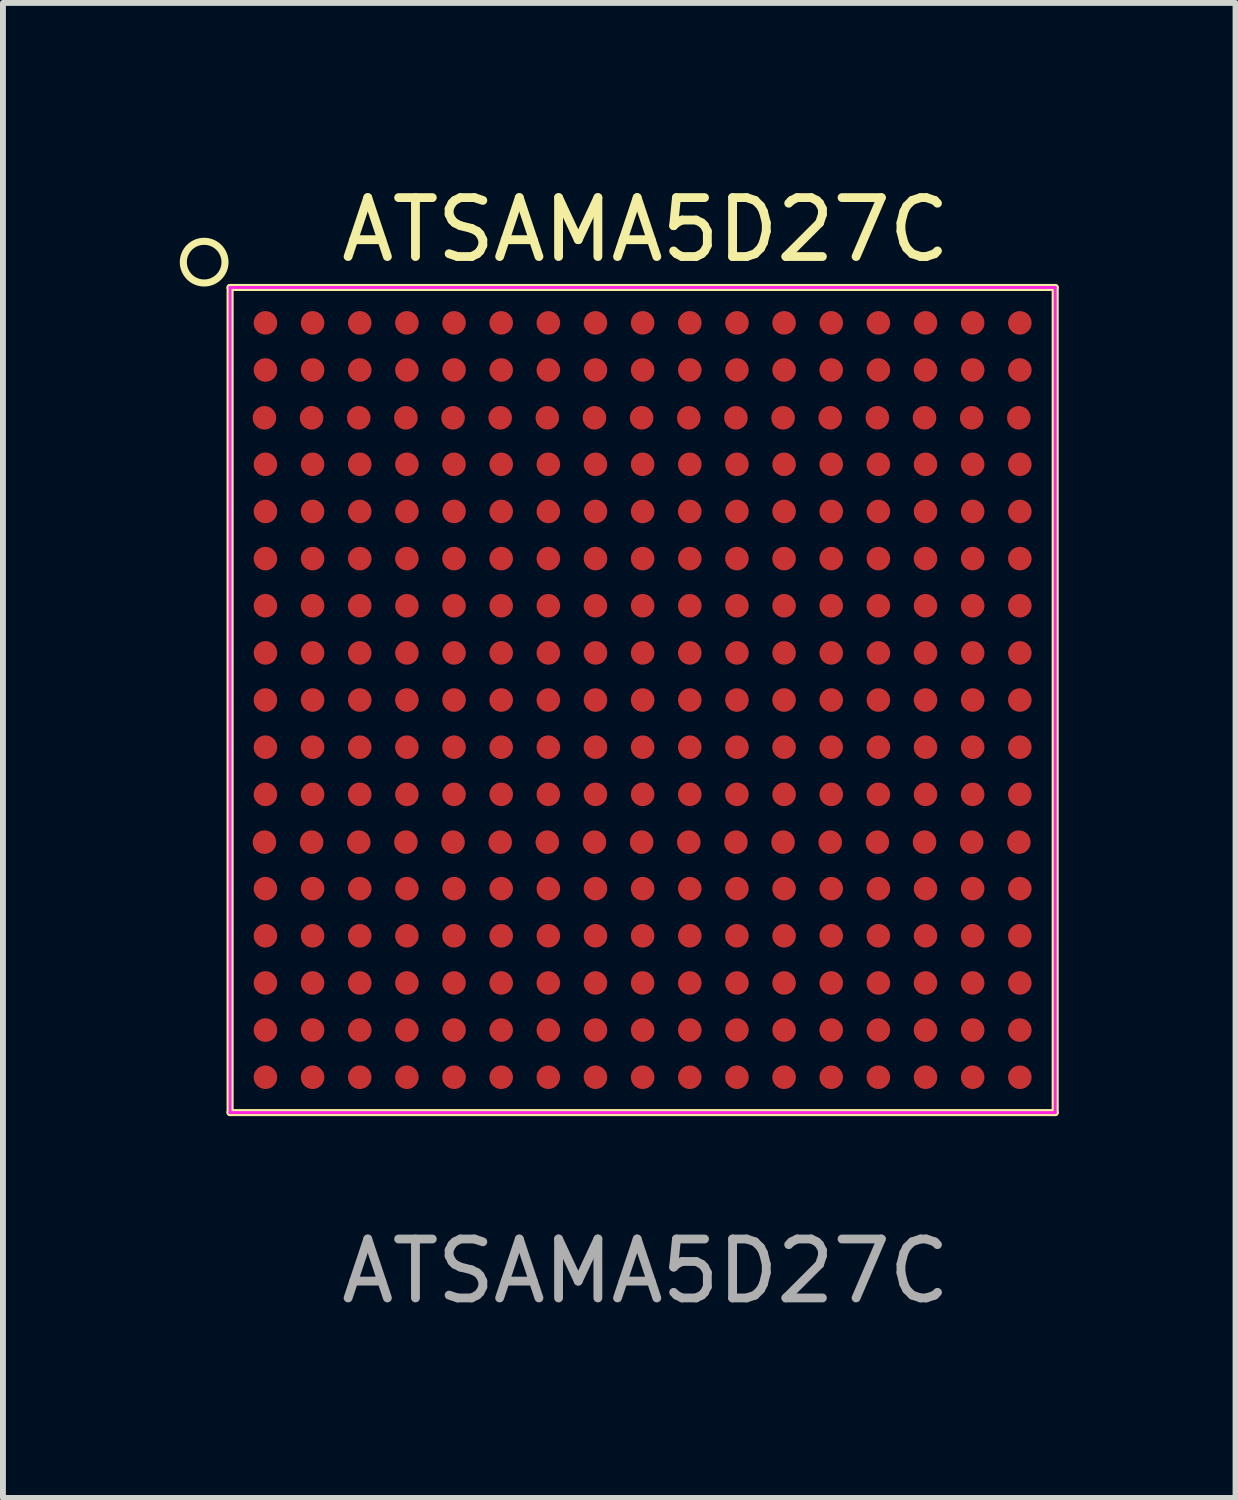
<source format=kicad_pcb>
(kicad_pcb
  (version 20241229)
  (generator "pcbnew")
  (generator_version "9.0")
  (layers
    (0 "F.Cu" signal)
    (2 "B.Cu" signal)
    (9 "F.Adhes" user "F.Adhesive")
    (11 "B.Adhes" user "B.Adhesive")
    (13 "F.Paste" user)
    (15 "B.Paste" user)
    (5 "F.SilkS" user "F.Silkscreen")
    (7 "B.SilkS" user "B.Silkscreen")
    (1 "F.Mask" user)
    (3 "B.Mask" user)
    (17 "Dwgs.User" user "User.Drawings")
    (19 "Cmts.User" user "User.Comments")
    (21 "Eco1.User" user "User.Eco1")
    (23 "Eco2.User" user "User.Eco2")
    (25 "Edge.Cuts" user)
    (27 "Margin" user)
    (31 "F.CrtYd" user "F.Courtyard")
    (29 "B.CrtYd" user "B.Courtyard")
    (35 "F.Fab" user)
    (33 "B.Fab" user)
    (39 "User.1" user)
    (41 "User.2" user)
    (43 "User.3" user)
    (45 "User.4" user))
  (footprint "ATSAMA5D27C"
    (layer "F.Cu")
    (at 7.854 8.828)
    (property "Reference" "ATSAMA5D27C" (at 0.05 -7.98 0) (unlocked yes) (layer "F.SilkS") (effects (font (size 1 1) (thickness 0.15))))
    (attr smd)
    (fp_line (start -7 7) (end -7 -7) (stroke (width 0.12) (type solid)) (layer "F.SilkS"))
    (fp_line (start 7 -7) (end -7 -7) (stroke (width 0.12) (type solid)) (layer "F.SilkS"))
    (fp_line (start 7 7) (end -7 7) (stroke (width 0.12) (type solid)) (layer "F.SilkS"))
    (fp_line (start 7 7) (end 7 -7) (stroke (width 0.12) (type solid)) (layer "F.SilkS"))
    (fp_circle (center -7.44 -7.43) (end -7.19 -7.18) (stroke (width 0.12) (type solid)) (fill no) (layer "F.SilkS"))
    (fp_line (start -7 -7) (end -7 7) (stroke (width 0.05) (type solid)) (layer "F.CrtYd"))
    (fp_line (start -7 -7) (end 7 -7) (stroke (width 0.05) (type solid)) (layer "F.CrtYd"))
    (fp_line (start -7 7) (end 7 7) (stroke (width 0.05) (type solid)) (layer "F.CrtYd"))
    (fp_line (start 7 7) (end 7 -7) (stroke (width 0.05) (type solid)) (layer "F.CrtYd"))
    (fp_text user "${REFERENCE}" (at 0.05 9.69 0) (unlocked yes) (layer "F.Fab") (effects (font (size 1 1) (thickness 0.15))))
    (pad "A1" smd circle (at -6.4 -6.4 180) (size 0.4 0.4) (layers "F.Cu" "F.Mask" "F.Paste"))
    (pad "A2" smd circle (at -5.6 -6.4 180) (size 0.4 0.4) (layers "F.Cu" "F.Mask" "F.Paste"))
    (pad "A3" smd circle (at -4.8 -6.4 180) (size 0.4 0.4) (layers "F.Cu" "F.Mask" "F.Paste"))
    (pad "A4" smd circle (at -4 -6.4 180) (size 0.4 0.4) (layers "F.Cu" "F.Mask" "F.Paste"))
    (pad "A5" smd circle (at -3.2 -6.4 180) (size 0.4 0.4) (layers "F.Cu" "F.Mask" "F.Paste"))
    (pad "A6" smd circle (at -2.4 -6.4 180) (size 0.4 0.4) (layers "F.Cu" "F.Mask" "F.Paste"))
    (pad "A7" smd circle (at -1.6 -6.4 180) (size 0.4 0.4) (layers "F.Cu" "F.Mask" "F.Paste"))
    (pad "A8" smd circle (at -0.8 -6.4 180) (size 0.4 0.4) (layers "F.Cu" "F.Mask" "F.Paste"))
    (pad "A9" smd circle (at 0 -6.4 180) (size 0.4 0.4) (layers "F.Cu" "F.Mask" "F.Paste"))
    (pad "A10" smd circle (at 0.8 -6.4 180) (size 0.4 0.4) (layers "F.Cu" "F.Mask" "F.Paste"))
    (pad "A11" smd circle (at 1.6 -6.4 180) (size 0.4 0.4) (layers "F.Cu" "F.Mask" "F.Paste"))
    (pad "A12" smd circle (at 2.4 -6.4 180) (size 0.4 0.4) (layers "F.Cu" "F.Mask" "F.Paste"))
    (pad "A13" smd circle (at 3.2 -6.4 180) (size 0.4 0.4) (layers "F.Cu" "F.Mask" "F.Paste"))
    (pad "A14" smd circle (at 4 -6.4 180) (size 0.4 0.4) (layers "F.Cu" "F.Mask" "F.Paste"))
    (pad "A15" smd circle (at 4.8 -6.4 180) (size 0.4 0.4) (layers "F.Cu" "F.Mask" "F.Paste"))
    (pad "A16" smd circle (at 5.6 -6.4 180) (size 0.4 0.4) (layers "F.Cu" "F.Mask" "F.Paste"))
    (pad "A17" smd circle (at 6.4 -6.4 180) (size 0.4 0.4) (layers "F.Cu" "F.Mask" "F.Paste"))
    (pad "B1" smd circle (at -6.4 -5.6 180) (size 0.4 0.4) (layers "F.Cu" "F.Mask" "F.Paste"))
    (pad "B2" smd circle (at -5.6 -5.6 180) (size 0.4 0.4) (layers "F.Cu" "F.Mask" "F.Paste"))
    (pad "B3" smd circle (at -4.8 -5.6 180) (size 0.4 0.4) (layers "F.Cu" "F.Mask" "F.Paste"))
    (pad "B4" smd circle (at -4 -5.6 180) (size 0.4 0.4) (layers "F.Cu" "F.Mask" "F.Paste"))
    (pad "B5" smd circle (at -3.2 -5.6 180) (size 0.4 0.4) (layers "F.Cu" "F.Mask" "F.Paste"))
    (pad "B6" smd circle (at -2.4 -5.6 180) (size 0.4 0.4) (layers "F.Cu" "F.Mask" "F.Paste"))
    (pad "B7" smd circle (at -1.6 -5.6 180) (size 0.4 0.4) (layers "F.Cu" "F.Mask" "F.Paste"))
    (pad "B8" smd circle (at -0.8 -5.6 180) (size 0.4 0.4) (layers "F.Cu" "F.Mask" "F.Paste"))
    (pad "B9" smd circle (at 0 -5.6 180) (size 0.4 0.4) (layers "F.Cu" "F.Mask" "F.Paste"))
    (pad "B10" smd circle (at 0.8 -5.6 180) (size 0.4 0.4) (layers "F.Cu" "F.Mask" "F.Paste"))
    (pad "B11" smd circle (at 1.6 -5.6 180) (size 0.4 0.4) (layers "F.Cu" "F.Mask" "F.Paste"))
    (pad "B12" smd circle (at 2.4 -5.6 180) (size 0.4 0.4) (layers "F.Cu" "F.Mask" "F.Paste"))
    (pad "B13" smd circle (at 3.2 -5.6 180) (size 0.4 0.4) (layers "F.Cu" "F.Mask" "F.Paste"))
    (pad "B14" smd circle (at 4 -5.6 180) (size 0.4 0.4) (layers "F.Cu" "F.Mask" "F.Paste"))
    (pad "B15" smd circle (at 4.8 -5.6 180) (size 0.4 0.4) (layers "F.Cu" "F.Mask" "F.Paste"))
    (pad "B16" smd circle (at 5.6 -5.6 180) (size 0.4 0.4) (layers "F.Cu" "F.Mask" "F.Paste"))
    (pad "B17" smd circle (at 6.4 -5.6 180) (size 0.4 0.4) (layers "F.Cu" "F.Mask" "F.Paste"))
    (pad "C1" smd circle (at -6.417 -4.789 180) (size 0.4 0.4) (layers "F.Cu" "F.Mask" "F.Paste"))
    (pad "C2" smd circle (at -5.617 -4.789 180) (size 0.4 0.4) (layers "F.Cu" "F.Mask" "F.Paste"))
    (pad "C3" smd circle (at -4.817 -4.789 180) (size 0.4 0.4) (layers "F.Cu" "F.Mask" "F.Paste"))
    (pad "C4" smd circle (at -4.017 -4.789 180) (size 0.4 0.4) (layers "F.Cu" "F.Mask" "F.Paste"))
    (pad "C5" smd circle (at -3.217 -4.789 180) (size 0.4 0.4) (layers "F.Cu" "F.Mask" "F.Paste"))
    (pad "C6" smd circle (at -2.417 -4.789 180) (size 0.4 0.4) (layers "F.Cu" "F.Mask" "F.Paste"))
    (pad "C7" smd circle (at -1.617 -4.789 180) (size 0.4 0.4) (layers "F.Cu" "F.Mask" "F.Paste"))
    (pad "C8" smd circle (at -0.817 -4.789 180) (size 0.4 0.4) (layers "F.Cu" "F.Mask" "F.Paste"))
    (pad "C9" smd circle (at -0.017 -4.789 180) (size 0.4 0.4) (layers "F.Cu" "F.Mask" "F.Paste"))
    (pad "C10" smd circle (at 0.783 -4.789 180) (size 0.4 0.4) (layers "F.Cu" "F.Mask" "F.Paste"))
    (pad "C11" smd circle (at 1.583 -4.789 180) (size 0.4 0.4) (layers "F.Cu" "F.Mask" "F.Paste"))
    (pad "C12" smd circle (at 2.383 -4.789 180) (size 0.4 0.4) (layers "F.Cu" "F.Mask" "F.Paste"))
    (pad "C13" smd circle (at 3.183 -4.789 180) (size 0.4 0.4) (layers "F.Cu" "F.Mask" "F.Paste"))
    (pad "C14" smd circle (at 3.983 -4.789 180) (size 0.4 0.4) (layers "F.Cu" "F.Mask" "F.Paste"))
    (pad "C15" smd circle (at 4.783 -4.789 180) (size 0.4 0.4) (layers "F.Cu" "F.Mask" "F.Paste"))
    (pad "C16" smd circle (at 5.583 -4.789 180) (size 0.4 0.4) (layers "F.Cu" "F.Mask" "F.Paste"))
    (pad "C17" smd circle (at 6.383 -4.789 180) (size 0.4 0.4) (layers "F.Cu" "F.Mask" "F.Paste"))
    (pad "D1" smd circle (at -6.4 -4 180) (size 0.4 0.4) (layers "F.Cu" "F.Mask" "F.Paste"))
    (pad "D2" smd circle (at -5.6 -4 180) (size 0.4 0.4) (layers "F.Cu" "F.Mask" "F.Paste"))
    (pad "D3" smd circle (at -4.8 -4 180) (size 0.4 0.4) (layers "F.Cu" "F.Mask" "F.Paste"))
    (pad "D4" smd circle (at -4 -4 180) (size 0.4 0.4) (layers "F.Cu" "F.Mask" "F.Paste"))
    (pad "D5" smd circle (at -3.2 -4 180) (size 0.4 0.4) (layers "F.Cu" "F.Mask" "F.Paste"))
    (pad "D6" smd circle (at -2.4 -4 180) (size 0.4 0.4) (layers "F.Cu" "F.Mask" "F.Paste"))
    (pad "D7" smd circle (at -1.6 -4 180) (size 0.4 0.4) (layers "F.Cu" "F.Mask" "F.Paste"))
    (pad "D8" smd circle (at -0.8 -4 180) (size 0.4 0.4) (layers "F.Cu" "F.Mask" "F.Paste"))
    (pad "D9" smd circle (at 0 -4 180) (size 0.4 0.4) (layers "F.Cu" "F.Mask" "F.Paste"))
    (pad "D10" smd circle (at 0.8 -4 180) (size 0.4 0.4) (layers "F.Cu" "F.Mask" "F.Paste"))
    (pad "D11" smd circle (at 1.6 -4 180) (size 0.4 0.4) (layers "F.Cu" "F.Mask" "F.Paste"))
    (pad "D12" smd circle (at 2.4 -4 180) (size 0.4 0.4) (layers "F.Cu" "F.Mask" "F.Paste"))
    (pad "D13" smd circle (at 3.2 -4 180) (size 0.4 0.4) (layers "F.Cu" "F.Mask" "F.Paste"))
    (pad "D14" smd circle (at 4 -4 180) (size 0.4 0.4) (layers "F.Cu" "F.Mask" "F.Paste"))
    (pad "D15" smd circle (at 4.8 -4 180) (size 0.4 0.4) (layers "F.Cu" "F.Mask" "F.Paste"))
    (pad "D16" smd circle (at 5.6 -4 180) (size 0.4 0.4) (layers "F.Cu" "F.Mask" "F.Paste"))
    (pad "D17" smd circle (at 6.4 -4 180) (size 0.4 0.4) (layers "F.Cu" "F.Mask" "F.Paste"))
    (pad "E1" smd circle (at -6.4 -3.2 180) (size 0.4 0.4) (layers "F.Cu" "F.Mask" "F.Paste"))
    (pad "E2" smd circle (at -5.6 -3.2 180) (size 0.4 0.4) (layers "F.Cu" "F.Mask" "F.Paste"))
    (pad "E3" smd circle (at -4.8 -3.2 180) (size 0.4 0.4) (layers "F.Cu" "F.Mask" "F.Paste"))
    (pad "E4" smd circle (at -4 -3.2 180) (size 0.4 0.4) (layers "F.Cu" "F.Mask" "F.Paste"))
    (pad "E5" smd circle (at -3.2 -3.2 180) (size 0.4 0.4) (layers "F.Cu" "F.Mask" "F.Paste"))
    (pad "E6" smd circle (at -2.4 -3.2 180) (size 0.4 0.4) (layers "F.Cu" "F.Mask" "F.Paste"))
    (pad "E7" smd circle (at -1.6 -3.2 180) (size 0.4 0.4) (layers "F.Cu" "F.Mask" "F.Paste"))
    (pad "E8" smd circle (at -0.8 -3.2 180) (size 0.4 0.4) (layers "F.Cu" "F.Mask" "F.Paste"))
    (pad "E9" smd circle (at 0 -3.2 180) (size 0.4 0.4) (layers "F.Cu" "F.Mask" "F.Paste"))
    (pad "E10" smd circle (at 0.8 -3.2 180) (size 0.4 0.4) (layers "F.Cu" "F.Mask" "F.Paste"))
    (pad "E11" smd circle (at 1.6 -3.2 180) (size 0.4 0.4) (layers "F.Cu" "F.Mask" "F.Paste"))
    (pad "E12" smd circle (at 2.4 -3.2 180) (size 0.4 0.4) (layers "F.Cu" "F.Mask" "F.Paste"))
    (pad "E13" smd circle (at 3.2 -3.2 180) (size 0.4 0.4) (layers "F.Cu" "F.Mask" "F.Paste"))
    (pad "E14" smd circle (at 4 -3.2 180) (size 0.4 0.4) (layers "F.Cu" "F.Mask" "F.Paste"))
    (pad "E15" smd circle (at 4.8 -3.2 180) (size 0.4 0.4) (layers "F.Cu" "F.Mask" "F.Paste"))
    (pad "E16" smd circle (at 5.6 -3.2 180) (size 0.4 0.4) (layers "F.Cu" "F.Mask" "F.Paste"))
    (pad "E17" smd circle (at 6.4 -3.2 180) (size 0.4 0.4) (layers "F.Cu" "F.Mask" "F.Paste"))
    (pad "F1" smd circle (at -6.4 -2.4 180) (size 0.4 0.4) (layers "F.Cu" "F.Mask" "F.Paste"))
    (pad "F2" smd circle (at -5.6 -2.4 180) (size 0.4 0.4) (layers "F.Cu" "F.Mask" "F.Paste"))
    (pad "F3" smd circle (at -4.8 -2.4 180) (size 0.4 0.4) (layers "F.Cu" "F.Mask" "F.Paste"))
    (pad "F4" smd circle (at -4 -2.4 180) (size 0.4 0.4) (layers "F.Cu" "F.Mask" "F.Paste"))
    (pad "F5" smd circle (at -3.2 -2.4 180) (size 0.4 0.4) (layers "F.Cu" "F.Mask" "F.Paste"))
    (pad "F6" smd circle (at -2.4 -2.4 180) (size 0.4 0.4) (layers "F.Cu" "F.Mask" "F.Paste"))
    (pad "F7" smd circle (at -1.6 -2.4 180) (size 0.4 0.4) (layers "F.Cu" "F.Mask" "F.Paste"))
    (pad "F8" smd circle (at -0.8 -2.4 180) (size 0.4 0.4) (layers "F.Cu" "F.Mask" "F.Paste"))
    (pad "F9" smd circle (at 0 -2.4 180) (size 0.4 0.4) (layers "F.Cu" "F.Mask" "F.Paste"))
    (pad "F10" smd circle (at 0.8 -2.4 180) (size 0.4 0.4) (layers "F.Cu" "F.Mask" "F.Paste"))
    (pad "F11" smd circle (at 1.6 -2.4 180) (size 0.4 0.4) (layers "F.Cu" "F.Mask" "F.Paste"))
    (pad "F12" smd circle (at 2.4 -2.4 180) (size 0.4 0.4) (layers "F.Cu" "F.Mask" "F.Paste"))
    (pad "F13" smd circle (at 3.2 -2.4 180) (size 0.4 0.4) (layers "F.Cu" "F.Mask" "F.Paste"))
    (pad "F14" smd circle (at 4 -2.4 180) (size 0.4 0.4) (layers "F.Cu" "F.Mask" "F.Paste"))
    (pad "F15" smd circle (at 4.8 -2.4 180) (size 0.4 0.4) (layers "F.Cu" "F.Mask" "F.Paste"))
    (pad "F16" smd circle (at 5.6 -2.4 180) (size 0.4 0.4) (layers "F.Cu" "F.Mask" "F.Paste"))
    (pad "F17" smd circle (at 6.4 -2.4 180) (size 0.4 0.4) (layers "F.Cu" "F.Mask" "F.Paste"))
    (pad "G1" smd circle (at -6.4 -1.6 180) (size 0.4 0.4) (layers "F.Cu" "F.Mask" "F.Paste"))
    (pad "G2" smd circle (at -5.6 -1.6 180) (size 0.4 0.4) (layers "F.Cu" "F.Mask" "F.Paste"))
    (pad "G3" smd circle (at -4.8 -1.6 180) (size 0.4 0.4) (layers "F.Cu" "F.Mask" "F.Paste"))
    (pad "G4" smd circle (at -4 -1.6 180) (size 0.4 0.4) (layers "F.Cu" "F.Mask" "F.Paste"))
    (pad "G5" smd circle (at -3.2 -1.6 180) (size 0.4 0.4) (layers "F.Cu" "F.Mask" "F.Paste"))
    (pad "G6" smd circle (at -2.4 -1.6 180) (size 0.4 0.4) (layers "F.Cu" "F.Mask" "F.Paste"))
    (pad "G7" smd circle (at -1.6 -1.6 180) (size 0.4 0.4) (layers "F.Cu" "F.Mask" "F.Paste"))
    (pad "G8" smd circle (at -0.8 -1.6 180) (size 0.4 0.4) (layers "F.Cu" "F.Mask" "F.Paste"))
    (pad "G9" smd circle (at 0 -1.6 180) (size 0.4 0.4) (layers "F.Cu" "F.Mask" "F.Paste"))
    (pad "G10" smd circle (at 0.8 -1.6 180) (size 0.4 0.4) (layers "F.Cu" "F.Mask" "F.Paste"))
    (pad "G11" smd circle (at 1.6 -1.6 180) (size 0.4 0.4) (layers "F.Cu" "F.Mask" "F.Paste"))
    (pad "G12" smd circle (at 2.4 -1.6 180) (size 0.4 0.4) (layers "F.Cu" "F.Mask" "F.Paste"))
    (pad "G13" smd circle (at 3.2 -1.6 180) (size 0.4 0.4) (layers "F.Cu" "F.Mask" "F.Paste"))
    (pad "G14" smd circle (at 4 -1.6 180) (size 0.4 0.4) (layers "F.Cu" "F.Mask" "F.Paste"))
    (pad "G15" smd circle (at 4.8 -1.6 180) (size 0.4 0.4) (layers "F.Cu" "F.Mask" "F.Paste"))
    (pad "G16" smd circle (at 5.6 -1.6 180) (size 0.4 0.4) (layers "F.Cu" "F.Mask" "F.Paste"))
    (pad "G17" smd circle (at 6.4 -1.6 180) (size 0.4 0.4) (layers "F.Cu" "F.Mask" "F.Paste"))
    (pad "H1" smd circle (at -6.4 -0.8 180) (size 0.4 0.4) (layers "F.Cu" "F.Mask" "F.Paste"))
    (pad "H2" smd circle (at -5.6 -0.8 180) (size 0.4 0.4) (layers "F.Cu" "F.Mask" "F.Paste"))
    (pad "H3" smd circle (at -4.8 -0.8 180) (size 0.4 0.4) (layers "F.Cu" "F.Mask" "F.Paste"))
    (pad "H4" smd circle (at -4 -0.8 180) (size 0.4 0.4) (layers "F.Cu" "F.Mask" "F.Paste"))
    (pad "H5" smd circle (at -3.2 -0.8 180) (size 0.4 0.4) (layers "F.Cu" "F.Mask" "F.Paste"))
    (pad "H6" smd circle (at -2.4 -0.8 180) (size 0.4 0.4) (layers "F.Cu" "F.Mask" "F.Paste"))
    (pad "H7" smd circle (at -1.6 -0.8 180) (size 0.4 0.4) (layers "F.Cu" "F.Mask" "F.Paste"))
    (pad "H8" smd circle (at -0.8 -0.8 180) (size 0.4 0.4) (layers "F.Cu" "F.Mask" "F.Paste"))
    (pad "H9" smd circle (at 0 -0.8 180) (size 0.4 0.4) (layers "F.Cu" "F.Mask" "F.Paste"))
    (pad "H10" smd circle (at 0.8 -0.8 180) (size 0.4 0.4) (layers "F.Cu" "F.Mask" "F.Paste"))
    (pad "H11" smd circle (at 1.6 -0.8 180) (size 0.4 0.4) (layers "F.Cu" "F.Mask" "F.Paste"))
    (pad "H12" smd circle (at 2.4 -0.8 180) (size 0.4 0.4) (layers "F.Cu" "F.Mask" "F.Paste"))
    (pad "H13" smd circle (at 3.2 -0.8 180) (size 0.4 0.4) (layers "F.Cu" "F.Mask" "F.Paste"))
    (pad "H14" smd circle (at 4 -0.8 180) (size 0.4 0.4) (layers "F.Cu" "F.Mask" "F.Paste"))
    (pad "H15" smd circle (at 4.8 -0.8 180) (size 0.4 0.4) (layers "F.Cu" "F.Mask" "F.Paste"))
    (pad "H16" smd circle (at 5.6 -0.8 180) (size 0.4 0.4) (layers "F.Cu" "F.Mask" "F.Paste"))
    (pad "H17" smd circle (at 6.4 -0.8 180) (size 0.4 0.4) (layers "F.Cu" "F.Mask" "F.Paste"))
    (pad "J1" smd circle (at -6.4 0 180) (size 0.4 0.4) (layers "F.Cu" "F.Mask" "F.Paste"))
    (pad "J2" smd circle (at -5.6 0 180) (size 0.4 0.4) (layers "F.Cu" "F.Mask" "F.Paste"))
    (pad "J3" smd circle (at -4.8 0 180) (size 0.4 0.4) (layers "F.Cu" "F.Mask" "F.Paste"))
    (pad "J4" smd circle (at -4 0 180) (size 0.4 0.4) (layers "F.Cu" "F.Mask" "F.Paste"))
    (pad "J5" smd circle (at -3.2 0 180) (size 0.4 0.4) (layers "F.Cu" "F.Mask" "F.Paste"))
    (pad "J6" smd circle (at -2.4 0 180) (size 0.4 0.4) (layers "F.Cu" "F.Mask" "F.Paste"))
    (pad "J7" smd circle (at -1.6 0 180) (size 0.4 0.4) (layers "F.Cu" "F.Mask" "F.Paste"))
    (pad "J8" smd circle (at -0.8 0 180) (size 0.4 0.4) (layers "F.Cu" "F.Mask" "F.Paste"))
    (pad "J9" smd circle (at 0 0 180) (size 0.4 0.4) (layers "F.Cu" "F.Mask" "F.Paste"))
    (pad "J10" smd circle (at 0.8 0 180) (size 0.4 0.4) (layers "F.Cu" "F.Mask" "F.Paste"))
    (pad "J11" smd circle (at 1.6 0 180) (size 0.4 0.4) (layers "F.Cu" "F.Mask" "F.Paste"))
    (pad "J12" smd circle (at 2.4 0 180) (size 0.4 0.4) (layers "F.Cu" "F.Mask" "F.Paste"))
    (pad "J13" smd circle (at 3.2 0 180) (size 0.4 0.4) (layers "F.Cu" "F.Mask" "F.Paste"))
    (pad "J14" smd circle (at 4 0 180) (size 0.4 0.4) (layers "F.Cu" "F.Mask" "F.Paste"))
    (pad "J15" smd circle (at 4.8 0 180) (size 0.4 0.4) (layers "F.Cu" "F.Mask" "F.Paste"))
    (pad "J16" smd circle (at 5.6 0 180) (size 0.4 0.4) (layers "F.Cu" "F.Mask" "F.Paste"))
    (pad "J17" smd circle (at 6.4 0 180) (size 0.4 0.4) (layers "F.Cu" "F.Mask" "F.Paste"))
    (pad "K1" smd circle (at -6.4 0.8 180) (size 0.4 0.4) (layers "F.Cu" "F.Mask" "F.Paste"))
    (pad "K2" smd circle (at -5.6 0.8 180) (size 0.4 0.4) (layers "F.Cu" "F.Mask" "F.Paste"))
    (pad "K3" smd circle (at -4.8 0.8 180) (size 0.4 0.4) (layers "F.Cu" "F.Mask" "F.Paste"))
    (pad "K4" smd circle (at -4 0.8 180) (size 0.4 0.4) (layers "F.Cu" "F.Mask" "F.Paste"))
    (pad "K5" smd circle (at -3.2 0.8 180) (size 0.4 0.4) (layers "F.Cu" "F.Mask" "F.Paste"))
    (pad "K6" smd circle (at -2.4 0.8 180) (size 0.4 0.4) (layers "F.Cu" "F.Mask" "F.Paste"))
    (pad "K7" smd circle (at -1.6 0.8 180) (size 0.4 0.4) (layers "F.Cu" "F.Mask" "F.Paste"))
    (pad "K8" smd circle (at -0.8 0.8 180) (size 0.4 0.4) (layers "F.Cu" "F.Mask" "F.Paste"))
    (pad "K9" smd circle (at 0 0.8 180) (size 0.4 0.4) (layers "F.Cu" "F.Mask" "F.Paste"))
    (pad "K10" smd circle (at 0.8 0.8 180) (size 0.4 0.4) (layers "F.Cu" "F.Mask" "F.Paste"))
    (pad "K11" smd circle (at 1.6 0.8 180) (size 0.4 0.4) (layers "F.Cu" "F.Mask" "F.Paste"))
    (pad "K12" smd circle (at 2.4 0.8 180) (size 0.4 0.4) (layers "F.Cu" "F.Mask" "F.Paste"))
    (pad "K13" smd circle (at 3.2 0.8 180) (size 0.4 0.4) (layers "F.Cu" "F.Mask" "F.Paste"))
    (pad "K14" smd circle (at 4 0.8 180) (size 0.4 0.4) (layers "F.Cu" "F.Mask" "F.Paste"))
    (pad "K15" smd circle (at 4.8 0.8 180) (size 0.4 0.4) (layers "F.Cu" "F.Mask" "F.Paste"))
    (pad "K16" smd circle (at 5.6 0.8 180) (size 0.4 0.4) (layers "F.Cu" "F.Mask" "F.Paste"))
    (pad "K17" smd circle (at 6.4 0.8 180) (size 0.4 0.4) (layers "F.Cu" "F.Mask" "F.Paste"))
    (pad "L1" smd circle (at -6.4 1.6 180) (size 0.4 0.4) (layers "F.Cu" "F.Mask" "F.Paste"))
    (pad "L2" smd circle (at -5.6 1.6 180) (size 0.4 0.4) (layers "F.Cu" "F.Mask" "F.Paste"))
    (pad "L3" smd circle (at -4.8 1.6 180) (size 0.4 0.4) (layers "F.Cu" "F.Mask" "F.Paste"))
    (pad "L4" smd circle (at -4 1.6 180) (size 0.4 0.4) (layers "F.Cu" "F.Mask" "F.Paste"))
    (pad "L5" smd circle (at -3.2 1.6 180) (size 0.4 0.4) (layers "F.Cu" "F.Mask" "F.Paste"))
    (pad "L6" smd circle (at -2.4 1.6 180) (size 0.4 0.4) (layers "F.Cu" "F.Mask" "F.Paste"))
    (pad "L7" smd circle (at -1.6 1.6 180) (size 0.4 0.4) (layers "F.Cu" "F.Mask" "F.Paste"))
    (pad "L8" smd circle (at -0.8 1.6 180) (size 0.4 0.4) (layers "F.Cu" "F.Mask" "F.Paste"))
    (pad "L9" smd circle (at 0 1.6 180) (size 0.4 0.4) (layers "F.Cu" "F.Mask" "F.Paste"))
    (pad "L10" smd circle (at 0.8 1.6 180) (size 0.4 0.4) (layers "F.Cu" "F.Mask" "F.Paste"))
    (pad "L11" smd circle (at 1.6 1.6 180) (size 0.4 0.4) (layers "F.Cu" "F.Mask" "F.Paste"))
    (pad "L12" smd circle (at 2.4 1.6 180) (size 0.4 0.4) (layers "F.Cu" "F.Mask" "F.Paste"))
    (pad "L13" smd circle (at 3.2 1.6 180) (size 0.4 0.4) (layers "F.Cu" "F.Mask" "F.Paste"))
    (pad "L14" smd circle (at 4 1.6 180) (size 0.4 0.4) (layers "F.Cu" "F.Mask" "F.Paste"))
    (pad "L15" smd circle (at 4.8 1.6 180) (size 0.4 0.4) (layers "F.Cu" "F.Mask" "F.Paste"))
    (pad "L16" smd circle (at 5.6 1.6 180) (size 0.4 0.4) (layers "F.Cu" "F.Mask" "F.Paste"))
    (pad "L17" smd circle (at 6.4 1.6 180) (size 0.4 0.4) (layers "F.Cu" "F.Mask" "F.Paste"))
    (pad "M1" smd circle (at -6.417 2.411 180) (size 0.4 0.4) (layers "F.Cu" "F.Mask" "F.Paste"))
    (pad "M2" smd circle (at -5.617 2.411 180) (size 0.4 0.4) (layers "F.Cu" "F.Mask" "F.Paste"))
    (pad "M3" smd circle (at -4.817 2.411 180) (size 0.4 0.4) (layers "F.Cu" "F.Mask" "F.Paste"))
    (pad "M4" smd circle (at -4.017 2.411 180) (size 0.4 0.4) (layers "F.Cu" "F.Mask" "F.Paste"))
    (pad "M5" smd circle (at -3.217 2.411 180) (size 0.4 0.4) (layers "F.Cu" "F.Mask" "F.Paste"))
    (pad "M6" smd circle (at -2.417 2.411 180) (size 0.4 0.4) (layers "F.Cu" "F.Mask" "F.Paste"))
    (pad "M7" smd circle (at -1.617 2.411 180) (size 0.4 0.4) (layers "F.Cu" "F.Mask" "F.Paste"))
    (pad "M8" smd circle (at -0.817 2.411 180) (size 0.4 0.4) (layers "F.Cu" "F.Mask" "F.Paste"))
    (pad "M9" smd circle (at -0.017 2.411 180) (size 0.4 0.4) (layers "F.Cu" "F.Mask" "F.Paste"))
    (pad "M10" smd circle (at 0.783 2.411 180) (size 0.4 0.4) (layers "F.Cu" "F.Mask" "F.Paste"))
    (pad "M11" smd circle (at 1.583 2.411 180) (size 0.4 0.4) (layers "F.Cu" "F.Mask" "F.Paste"))
    (pad "M12" smd circle (at 2.383 2.411 180) (size 0.4 0.4) (layers "F.Cu" "F.Mask" "F.Paste"))
    (pad "M13" smd circle (at 3.183 2.411 180) (size 0.4 0.4) (layers "F.Cu" "F.Mask" "F.Paste"))
    (pad "M14" smd circle (at 3.983 2.411 180) (size 0.4 0.4) (layers "F.Cu" "F.Mask" "F.Paste"))
    (pad "M15" smd circle (at 4.783 2.411 180) (size 0.4 0.4) (layers "F.Cu" "F.Mask" "F.Paste"))
    (pad "M16" smd circle (at 5.583 2.411 180) (size 0.4 0.4) (layers "F.Cu" "F.Mask" "F.Paste"))
    (pad "M17" smd circle (at 6.383 2.411 180) (size 0.4 0.4) (layers "F.Cu" "F.Mask" "F.Paste"))
    (pad "N1" smd circle (at -6.4 3.2 180) (size 0.4 0.4) (layers "F.Cu" "F.Mask" "F.Paste"))
    (pad "N2" smd circle (at -5.6 3.2 180) (size 0.4 0.4) (layers "F.Cu" "F.Mask" "F.Paste"))
    (pad "N3" smd circle (at -4.8 3.2 180) (size 0.4 0.4) (layers "F.Cu" "F.Mask" "F.Paste"))
    (pad "N4" smd circle (at -4 3.2 180) (size 0.4 0.4) (layers "F.Cu" "F.Mask" "F.Paste"))
    (pad "N5" smd circle (at -3.2 3.2 180) (size 0.4 0.4) (layers "F.Cu" "F.Mask" "F.Paste"))
    (pad "N6" smd circle (at -2.4 3.2 180) (size 0.4 0.4) (layers "F.Cu" "F.Mask" "F.Paste"))
    (pad "N7" smd circle (at -1.6 3.2 180) (size 0.4 0.4) (layers "F.Cu" "F.Mask" "F.Paste"))
    (pad "N8" smd circle (at -0.8 3.2 180) (size 0.4 0.4) (layers "F.Cu" "F.Mask" "F.Paste"))
    (pad "N9" smd circle (at 0 3.2 180) (size 0.4 0.4) (layers "F.Cu" "F.Mask" "F.Paste"))
    (pad "N10" smd circle (at 0.8 3.2 180) (size 0.4 0.4) (layers "F.Cu" "F.Mask" "F.Paste"))
    (pad "N11" smd circle (at 1.6 3.2 180) (size 0.4 0.4) (layers "F.Cu" "F.Mask" "F.Paste"))
    (pad "N12" smd circle (at 2.4 3.2 180) (size 0.4 0.4) (layers "F.Cu" "F.Mask" "F.Paste"))
    (pad "N13" smd circle (at 3.2 3.2 180) (size 0.4 0.4) (layers "F.Cu" "F.Mask" "F.Paste"))
    (pad "N14" smd circle (at 4 3.2 180) (size 0.4 0.4) (layers "F.Cu" "F.Mask" "F.Paste"))
    (pad "N15" smd circle (at 4.8 3.2 180) (size 0.4 0.4) (layers "F.Cu" "F.Mask" "F.Paste"))
    (pad "N16" smd circle (at 5.6 3.2 180) (size 0.4 0.4) (layers "F.Cu" "F.Mask" "F.Paste"))
    (pad "N17" smd circle (at 6.4 3.2 180) (size 0.4 0.4) (layers "F.Cu" "F.Mask" "F.Paste"))
    (pad "P1" smd circle (at -6.4 4 180) (size 0.4 0.4) (layers "F.Cu" "F.Mask" "F.Paste"))
    (pad "P2" smd circle (at -5.6 4 180) (size 0.4 0.4) (layers "F.Cu" "F.Mask" "F.Paste"))
    (pad "P3" smd circle (at -4.8 4 180) (size 0.4 0.4) (layers "F.Cu" "F.Mask" "F.Paste"))
    (pad "P4" smd circle (at -4 4 180) (size 0.4 0.4) (layers "F.Cu" "F.Mask" "F.Paste"))
    (pad "P5" smd circle (at -3.2 4 180) (size 0.4 0.4) (layers "F.Cu" "F.Mask" "F.Paste"))
    (pad "P6" smd circle (at -2.4 4 180) (size 0.4 0.4) (layers "F.Cu" "F.Mask" "F.Paste"))
    (pad "P7" smd circle (at -1.6 4 180) (size 0.4 0.4) (layers "F.Cu" "F.Mask" "F.Paste"))
    (pad "P8" smd circle (at -0.8 4 180) (size 0.4 0.4) (layers "F.Cu" "F.Mask" "F.Paste"))
    (pad "P9" smd circle (at 0 4 180) (size 0.4 0.4) (layers "F.Cu" "F.Mask" "F.Paste"))
    (pad "P10" smd circle (at 0.8 4 180) (size 0.4 0.4) (layers "F.Cu" "F.Mask" "F.Paste"))
    (pad "P11" smd circle (at 1.6 4 180) (size 0.4 0.4) (layers "F.Cu" "F.Mask" "F.Paste"))
    (pad "P12" smd circle (at 2.4 4 180) (size 0.4 0.4) (layers "F.Cu" "F.Mask" "F.Paste"))
    (pad "P13" smd circle (at 3.2 4 180) (size 0.4 0.4) (layers "F.Cu" "F.Mask" "F.Paste"))
    (pad "P14" smd circle (at 4 4 180) (size 0.4 0.4) (layers "F.Cu" "F.Mask" "F.Paste"))
    (pad "P15" smd circle (at 4.8 4 180) (size 0.4 0.4) (layers "F.Cu" "F.Mask" "F.Paste"))
    (pad "P16" smd circle (at 5.6 4 180) (size 0.4 0.4) (layers "F.Cu" "F.Mask" "F.Paste"))
    (pad "P17" smd circle (at 6.4 4 180) (size 0.4 0.4) (layers "F.Cu" "F.Mask" "F.Paste"))
    (pad "R1" smd circle (at -6.4 4.8 180) (size 0.4 0.4) (layers "F.Cu" "F.Mask" "F.Paste"))
    (pad "R2" smd circle (at -5.6 4.8 180) (size 0.4 0.4) (layers "F.Cu" "F.Mask" "F.Paste"))
    (pad "R3" smd circle (at -4.8 4.8 180) (size 0.4 0.4) (layers "F.Cu" "F.Mask" "F.Paste"))
    (pad "R4" smd circle (at -4 4.8 180) (size 0.4 0.4) (layers "F.Cu" "F.Mask" "F.Paste"))
    (pad "R5" smd circle (at -3.2 4.8 180) (size 0.4 0.4) (layers "F.Cu" "F.Mask" "F.Paste"))
    (pad "R6" smd circle (at -2.4 4.8 180) (size 0.4 0.4) (layers "F.Cu" "F.Mask" "F.Paste"))
    (pad "R7" smd circle (at -1.6 4.8 180) (size 0.4 0.4) (layers "F.Cu" "F.Mask" "F.Paste"))
    (pad "R8" smd circle (at -0.8 4.8 180) (size 0.4 0.4) (layers "F.Cu" "F.Mask" "F.Paste"))
    (pad "R9" smd circle (at 0 4.8 180) (size 0.4 0.4) (layers "F.Cu" "F.Mask" "F.Paste"))
    (pad "R10" smd circle (at 0.8 4.8 180) (size 0.4 0.4) (layers "F.Cu" "F.Mask" "F.Paste"))
    (pad "R11" smd circle (at 1.6 4.8 180) (size 0.4 0.4) (layers "F.Cu" "F.Mask" "F.Paste"))
    (pad "R12" smd circle (at 2.4 4.8 180) (size 0.4 0.4) (layers "F.Cu" "F.Mask" "F.Paste"))
    (pad "R13" smd circle (at 3.2 4.8 180) (size 0.4 0.4) (layers "F.Cu" "F.Mask" "F.Paste"))
    (pad "R14" smd circle (at 4 4.8 180) (size 0.4 0.4) (layers "F.Cu" "F.Mask" "F.Paste"))
    (pad "R15" smd circle (at 4.8 4.8 180) (size 0.4 0.4) (layers "F.Cu" "F.Mask" "F.Paste"))
    (pad "R16" smd circle (at 5.6 4.8 180) (size 0.4 0.4) (layers "F.Cu" "F.Mask" "F.Paste"))
    (pad "R17" smd circle (at 6.4 4.8 180) (size 0.4 0.4) (layers "F.Cu" "F.Mask" "F.Paste"))
    (pad "T1" smd circle (at -6.4 5.6 180) (size 0.4 0.4) (layers "F.Cu" "F.Mask" "F.Paste"))
    (pad "T2" smd circle (at -5.6 5.6 180) (size 0.4 0.4) (layers "F.Cu" "F.Mask" "F.Paste"))
    (pad "T3" smd circle (at -4.8 5.6 180) (size 0.4 0.4) (layers "F.Cu" "F.Mask" "F.Paste"))
    (pad "T4" smd circle (at -4 5.6 180) (size 0.4 0.4) (layers "F.Cu" "F.Mask" "F.Paste"))
    (pad "T5" smd circle (at -3.2 5.6 180) (size 0.4 0.4) (layers "F.Cu" "F.Mask" "F.Paste"))
    (pad "T6" smd circle (at -2.4 5.6 180) (size 0.4 0.4) (layers "F.Cu" "F.Mask" "F.Paste"))
    (pad "T7" smd circle (at -1.6 5.6 180) (size 0.4 0.4) (layers "F.Cu" "F.Mask" "F.Paste"))
    (pad "T8" smd circle (at -0.8 5.6 180) (size 0.4 0.4) (layers "F.Cu" "F.Mask" "F.Paste"))
    (pad "T9" smd circle (at 0 5.6 180) (size 0.4 0.4) (layers "F.Cu" "F.Mask" "F.Paste"))
    (pad "T10" smd circle (at 0.8 5.6 180) (size 0.4 0.4) (layers "F.Cu" "F.Mask" "F.Paste"))
    (pad "T11" smd circle (at 1.6 5.6 180) (size 0.4 0.4) (layers "F.Cu" "F.Mask" "F.Paste"))
    (pad "T12" smd circle (at 2.4 5.6 180) (size 0.4 0.4) (layers "F.Cu" "F.Mask" "F.Paste"))
    (pad "T13" smd circle (at 3.2 5.6 180) (size 0.4 0.4) (layers "F.Cu" "F.Mask" "F.Paste"))
    (pad "T14" smd circle (at 4 5.6 180) (size 0.4 0.4) (layers "F.Cu" "F.Mask" "F.Paste"))
    (pad "T15" smd circle (at 4.8 5.6 180) (size 0.4 0.4) (layers "F.Cu" "F.Mask" "F.Paste"))
    (pad "T16" smd circle (at 5.6 5.6 180) (size 0.4 0.4) (layers "F.Cu" "F.Mask" "F.Paste"))
    (pad "T17" smd circle (at 6.4 5.6 180) (size 0.4 0.4) (layers "F.Cu" "F.Mask" "F.Paste"))
    (pad "U1" smd circle (at -6.4 6.4 180) (size 0.4 0.4) (layers "F.Cu" "F.Mask" "F.Paste"))
    (pad "U2" smd circle (at -5.6 6.4 180) (size 0.4 0.4) (layers "F.Cu" "F.Mask" "F.Paste"))
    (pad "U3" smd circle (at -4.8 6.4 180) (size 0.4 0.4) (layers "F.Cu" "F.Mask" "F.Paste"))
    (pad "U4" smd circle (at -4 6.4 180) (size 0.4 0.4) (layers "F.Cu" "F.Mask" "F.Paste"))
    (pad "U5" smd circle (at -3.2 6.4 180) (size 0.4 0.4) (layers "F.Cu" "F.Mask" "F.Paste"))
    (pad "U6" smd circle (at -2.4 6.4 180) (size 0.4 0.4) (layers "F.Cu" "F.Mask" "F.Paste"))
    (pad "U7" smd circle (at -1.6 6.4 180) (size 0.4 0.4) (layers "F.Cu" "F.Mask" "F.Paste"))
    (pad "U8" smd circle (at -0.8 6.4 180) (size 0.4 0.4) (layers "F.Cu" "F.Mask" "F.Paste"))
    (pad "U9" smd circle (at 0 6.4 180) (size 0.4 0.4) (layers "F.Cu" "F.Mask" "F.Paste"))
    (pad "U10" smd circle (at 0.8 6.4 180) (size 0.4 0.4) (layers "F.Cu" "F.Mask" "F.Paste"))
    (pad "U11" smd circle (at 1.6 6.4 180) (size 0.4 0.4) (layers "F.Cu" "F.Mask" "F.Paste"))
    (pad "U12" smd circle (at 2.4 6.4 180) (size 0.4 0.4) (layers "F.Cu" "F.Mask" "F.Paste"))
    (pad "U13" smd circle (at 3.2 6.4 180) (size 0.4 0.4) (layers "F.Cu" "F.Mask" "F.Paste"))
    (pad "U14" smd circle (at 4 6.4 180) (size 0.4 0.4) (layers "F.Cu" "F.Mask" "F.Paste"))
    (pad "U15" smd circle (at 4.8 6.4 180) (size 0.4 0.4) (layers "F.Cu" "F.Mask" "F.Paste"))
    (pad "U16" smd circle (at 5.6 6.4 180) (size 0.4 0.4) (layers "F.Cu" "F.Mask" "F.Paste"))
    (pad "U17" smd circle (at 6.4 6.4 180) (size 0.4 0.4) (layers "F.Cu" "F.Mask" "F.Paste")))
  (gr_rect
    (start -3 -3)
    (end 17.914 22.366)
    (stroke (width 0.1) (type default))
    (fill no)
    (layer "Edge.Cuts")))
</source>
